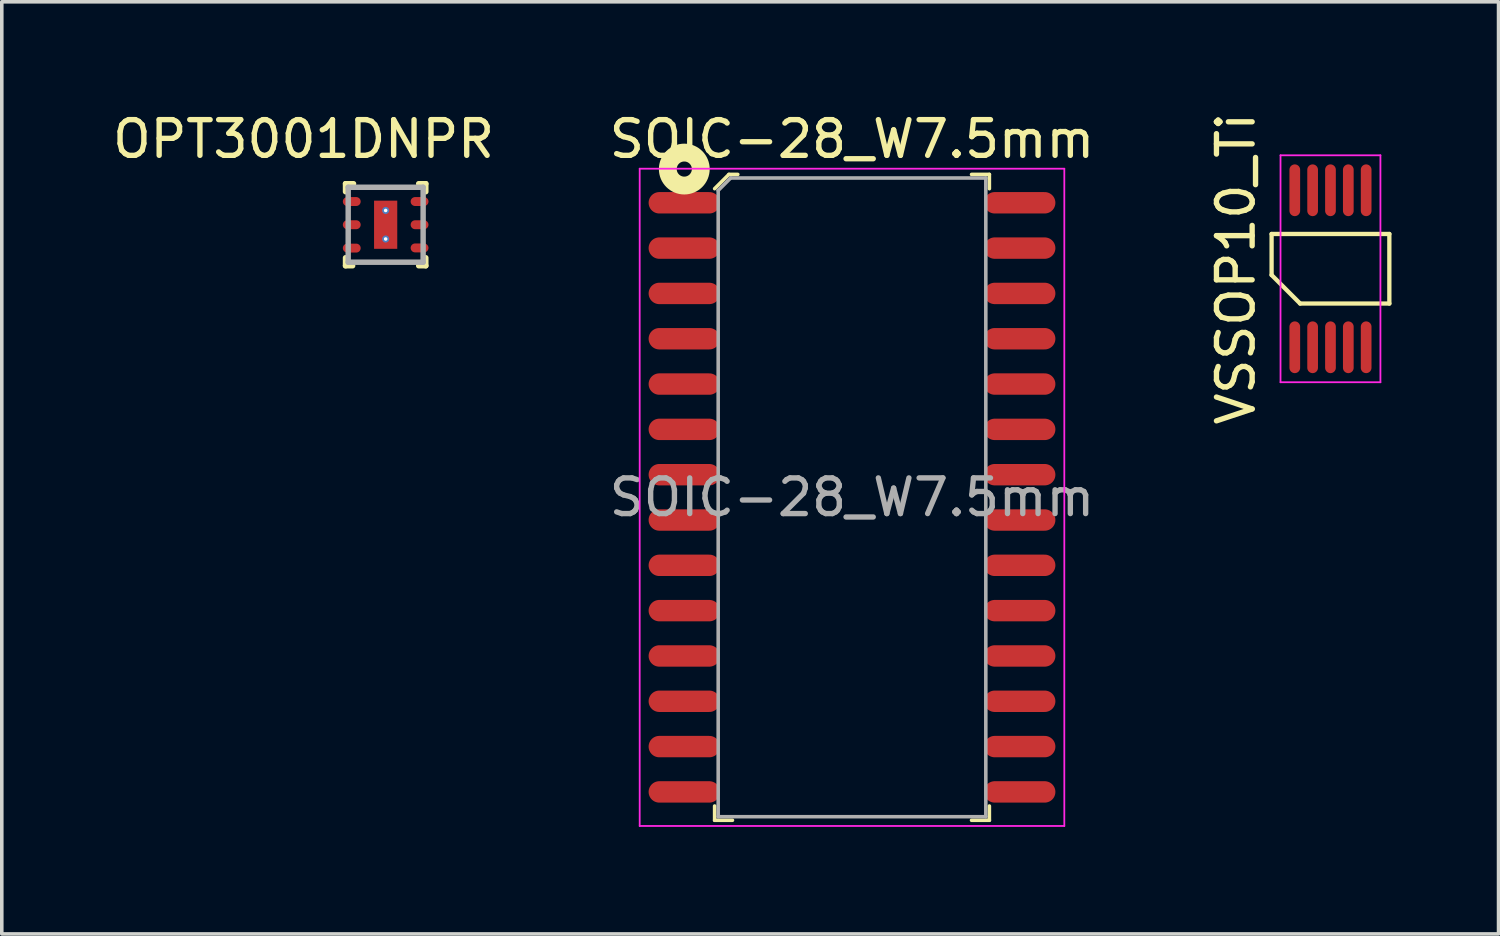
<source format=kicad_pcb>
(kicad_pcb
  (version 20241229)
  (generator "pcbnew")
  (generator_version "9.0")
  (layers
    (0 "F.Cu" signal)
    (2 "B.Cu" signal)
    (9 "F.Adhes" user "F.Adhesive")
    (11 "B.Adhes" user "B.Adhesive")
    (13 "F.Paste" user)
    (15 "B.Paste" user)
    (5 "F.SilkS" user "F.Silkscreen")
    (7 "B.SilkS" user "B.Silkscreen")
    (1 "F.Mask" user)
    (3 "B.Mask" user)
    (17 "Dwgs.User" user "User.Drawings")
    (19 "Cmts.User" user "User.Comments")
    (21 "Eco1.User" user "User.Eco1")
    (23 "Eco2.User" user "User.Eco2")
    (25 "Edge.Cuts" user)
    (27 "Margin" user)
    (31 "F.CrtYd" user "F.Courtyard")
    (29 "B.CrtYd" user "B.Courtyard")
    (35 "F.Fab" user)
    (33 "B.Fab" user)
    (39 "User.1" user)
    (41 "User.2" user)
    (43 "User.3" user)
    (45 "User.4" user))
  (footprint "SOIC-28_W7.5mm"
    (layer "F.Cu")
    (at 20.827 10.888)
    (property "Reference" "SOIC-28_W7.5mm" (at 0 -10.04 0) (layer "F.SilkS") (effects (font (size 1 1) (thickness 0.15))))
    (attr smd)
    (fp_line (start -3.85 -8.65) (end -3.45 -9.05) (stroke (width 0.1) (type solid)) (layer "F.SilkS"))
    (fp_line (start -3.85 9.05) (end -3.85 8.65) (stroke (width 0.1) (type solid)) (layer "F.SilkS"))
    (fp_line (start -3.85 9.05) (end -3.35 9.05) (stroke (width 0.1) (type solid)) (layer "F.SilkS"))
    (fp_line (start -3.45 -9.05) (end -3.2 -9.05) (stroke (width 0.1) (type solid)) (layer "F.SilkS"))
    (fp_line (start 3.85 -9.05) (end 3.35 -9.05) (stroke (width 0.1) (type solid)) (layer "F.SilkS"))
    (fp_line (start 3.85 -9.05) (end 3.85 -8.65) (stroke (width 0.1) (type solid)) (layer "F.SilkS"))
    (fp_line (start 3.85 9.05) (end 3.35 9.05) (stroke (width 0.1) (type solid)) (layer "F.SilkS"))
    (fp_line (start 3.85 9.05) (end 3.85 8.65) (stroke (width 0.1) (type solid)) (layer "F.SilkS"))
    (fp_circle (center -4.7 -9.2) (end -4.488 -9.2) (stroke (width 0.5) (type solid)) (fill no) (layer "F.SilkS"))
    (fp_line (start -5.95 9.21) (end -5.95 -9.21) (stroke (width 0.05) (type solid)) (layer "F.CrtYd"))
    (fp_line (start 5.95 -9.21) (end -5.95 -9.21) (stroke (width 0.05) (type solid)) (layer "F.CrtYd"))
    (fp_line (start 5.95 9.21) (end -5.95 9.21) (stroke (width 0.05) (type solid)) (layer "F.CrtYd"))
    (fp_line (start 5.95 9.21) (end 5.95 -9.21) (stroke (width 0.05) (type solid)) (layer "F.CrtYd"))
    (fp_line (start -3.75 -8.6) (end -3.75 8.95) (stroke (width 0.1) (type solid)) (layer "F.Fab"))
    (fp_line (start -3.75 -8.6) (end -3.4 -8.95) (stroke (width 0.1) (type solid)) (layer "F.Fab"))
    (fp_line (start -3.4 -8.95) (end 3.75 -8.95) (stroke (width 0.1) (type solid)) (layer "F.Fab"))
    (fp_line (start 3.75 -8.95) (end 3.75 8.95) (stroke (width 0.1) (type solid)) (layer "F.Fab"))
    (fp_line (start 3.75 8.95) (end -3.75 8.95) (stroke (width 0.1) (type solid)) (layer "F.Fab"))
    (fp_text user "${REFERENCE}" (at 0 0 0) (layer "F.Fab") (effects (font (size 1 1) (thickness 0.15))))
    (pad "1" smd oval (at -4.7 -8.255) (size 2 0.6) (layers "F.Cu" "F.Mask" "F.Paste"))
    (pad "2" smd oval (at -4.7 -6.985) (size 2 0.6) (layers "F.Cu" "F.Mask" "F.Paste"))
    (pad "3" smd oval (at -4.7 -5.715) (size 2 0.6) (layers "F.Cu" "F.Mask" "F.Paste"))
    (pad "4" smd oval (at -4.7 -4.445) (size 2 0.6) (layers "F.Cu" "F.Mask" "F.Paste"))
    (pad "5" smd oval (at -4.7 -3.175) (size 2 0.6) (layers "F.Cu" "F.Mask" "F.Paste"))
    (pad "6" smd oval (at -4.7 -1.905) (size 2 0.6) (layers "F.Cu" "F.Mask" "F.Paste"))
    (pad "7" smd oval (at -4.7 -0.635) (size 2 0.6) (layers "F.Cu" "F.Mask" "F.Paste"))
    (pad "8" smd oval (at -4.7 0.635) (size 2 0.6) (layers "F.Cu" "F.Mask" "F.Paste"))
    (pad "9" smd oval (at -4.7 1.905) (size 2 0.6) (layers "F.Cu" "F.Mask" "F.Paste"))
    (pad "10" smd oval (at -4.7 3.175) (size 2 0.6) (layers "F.Cu" "F.Mask" "F.Paste"))
    (pad "11" smd oval (at -4.7 4.445) (size 2 0.6) (layers "F.Cu" "F.Mask" "F.Paste"))
    (pad "12" smd oval (at -4.7 5.715) (size 2 0.6) (layers "F.Cu" "F.Mask" "F.Paste"))
    (pad "13" smd oval (at -4.7 6.985) (size 2 0.6) (layers "F.Cu" "F.Mask" "F.Paste"))
    (pad "14" smd oval (at -4.7 8.255) (size 2 0.6) (layers "F.Cu" "F.Mask" "F.Paste"))
    (pad "15" smd oval (at 4.7 8.255) (size 2 0.6) (layers "F.Cu" "F.Mask" "F.Paste"))
    (pad "16" smd oval (at 4.7 6.985) (size 2 0.6) (layers "F.Cu" "F.Mask" "F.Paste"))
    (pad "17" smd oval (at 4.7 5.715) (size 2 0.6) (layers "F.Cu" "F.Mask" "F.Paste"))
    (pad "18" smd oval (at 4.7 4.445) (size 2 0.6) (layers "F.Cu" "F.Mask" "F.Paste"))
    (pad "19" smd oval (at 4.7 3.175) (size 2 0.6) (layers "F.Cu" "F.Mask" "F.Paste"))
    (pad "20" smd oval (at 4.7 1.905) (size 2 0.6) (layers "F.Cu" "F.Mask" "F.Paste"))
    (pad "21" smd oval (at 4.7 0.635) (size 2 0.6) (layers "F.Cu" "F.Mask" "F.Paste"))
    (pad "22" smd oval (at 4.7 -0.635) (size 2 0.6) (layers "F.Cu" "F.Mask" "F.Paste"))
    (pad "23" smd oval (at 4.7 -1.905) (size 2 0.6) (layers "F.Cu" "F.Mask" "F.Paste"))
    (pad "24" smd oval (at 4.7 -3.175) (size 2 0.6) (layers "F.Cu" "F.Mask" "F.Paste"))
    (pad "25" smd oval (at 4.7 -4.445) (size 2 0.6) (layers "F.Cu" "F.Mask" "F.Paste"))
    (pad "26" smd oval (at 4.7 -5.715) (size 2 0.6) (layers "F.Cu" "F.Mask" "F.Paste"))
    (pad "27" smd oval (at 4.7 -6.985) (size 2 0.6) (layers "F.Cu" "F.Mask" "F.Paste"))
    (pad "28" smd oval (at 4.7 -8.255) (size 2 0.6) (layers "F.Cu" "F.Mask" "F.Paste")))
  (footprint "OPT3001DNPR"
    (layer "F.Cu")
    (at 7.758 3.248)
    (property "Reference" "OPT3001DNPR" (at -2.3 -2.4 0) (layer "F.SilkS") (effects (font (size 1 1) (thickness 0.15))))
    (attr through_hole)
    (fp_line (start -1.125 -1.15) (end -1.125 -0.925) (stroke (width 0.152) (type solid)) (layer "F.SilkS"))
    (fp_line (start -1.125 -1.15) (end -0.9 -1.15) (stroke (width 0.152) (type solid)) (layer "F.SilkS"))
    (fp_line (start -1.125 1.15) (end -1.125 0.925) (stroke (width 0.152) (type solid)) (layer "F.SilkS"))
    (fp_line (start -1.125 1.15) (end -0.925 1.15) (stroke (width 0.152) (type solid)) (layer "F.SilkS"))
    (fp_line (start 0.925 -1.15) (end 1.125 -1.15) (stroke (width 0.152) (type solid)) (layer "F.SilkS"))
    (fp_line (start 0.925 1.15) (end 1.125 1.15) (stroke (width 0.152) (type solid)) (layer "F.SilkS"))
    (fp_line (start 1.125 -1.15) (end 1.125 -0.925) (stroke (width 0.152) (type solid)) (layer "F.SilkS"))
    (fp_line (start 1.125 1.15) (end 1.125 0.925) (stroke (width 0.152) (type solid)) (layer "F.SilkS"))
    (fp_line (start -1.05 -1.05) (end 1.05 -1.05) (stroke (width 0.152) (type solid)) (layer "F.Fab"))
    (fp_line (start -1.05 1.05) (end -1.05 -1.05) (stroke (width 0.152) (type solid)) (layer "F.Fab"))
    (fp_line (start -1.05 1.05) (end 1.05 1.05) (stroke (width 0.152) (type solid)) (layer "F.Fab"))
    (fp_line (start 1.05 1.05) (end 1.05 -1.05) (stroke (width 0.152) (type solid)) (layer "F.Fab"))
    (pad "1" smd oval (at -0.95 -0.65 90) (size 0.25 0.5) (layers "F.Cu" "F.Mask" "F.Paste"))
    (pad "2" smd oval (at -0.95 0 90) (size 0.25 0.5) (layers "F.Cu" "F.Mask" "F.Paste"))
    (pad "3" smd oval (at -0.95 0.655 90) (size 0.25 0.5) (layers "F.Cu" "F.Mask" "F.Paste"))
    (pad "4" smd oval (at 0.95 0.65 90) (size 0.25 0.5) (layers "F.Cu" "F.Mask" "F.Paste"))
    (pad "5" smd oval (at 0.95 0 90) (size 0.25 0.5) (layers "F.Cu" "F.Mask" "F.Paste"))
    (pad "6" smd oval (at 0.95 -0.65 90) (size 0.25 0.5) (layers "F.Cu" "F.Mask" "F.Paste"))
    (pad "7" thru_hole circle (at 0 -0.4 90) (size 0.2 0.2) (drill 0.1) (layers "*.Cu" "*.Mask"))
    (pad "7" smd rect (at 0 0) (size 0.65 1.35) (layers "F.Cu" "F.Mask" "F.Paste"))
    (pad "7" thru_hole circle (at 0 0.4 90) (size 0.2 0.2) (drill 0.1) (layers "*.Cu" "*.Mask")))
  (footprint "VSSOP10_Ti"
    (layer "F.Cu")
    (at 34.236 4.482)
    (property "Reference" "VSSOP10_Ti" (at -2.65 0 90) (layer "F.SilkS") (effects (font (size 1 1) (thickness 0.15))))
    (attr smd)
    (fp_line (start -1.65 -0.975) (end 1.65 -0.975) (stroke (width 0.12) (type solid)) (layer "F.SilkS"))
    (fp_line (start -1.65 0.175) (end -1.65 -0.975) (stroke (width 0.12) (type solid)) (layer "F.SilkS"))
    (fp_line (start -0.85 0.975) (end -1.65 0.175) (stroke (width 0.12) (type solid)) (layer "F.SilkS"))
    (fp_line (start 1.65 -0.975) (end 1.65 0.975) (stroke (width 0.12) (type solid)) (layer "F.SilkS"))
    (fp_line (start 1.65 0.975) (end -0.85 0.975) (stroke (width 0.12) (type solid)) (layer "F.SilkS"))
    (fp_line (start -1.4 -3.18) (end 1.4 -3.18) (stroke (width 0.05) (type solid)) (layer "F.CrtYd"))
    (fp_line (start -1.4 3.18) (end -1.4 -3.18) (stroke (width 0.05) (type solid)) (layer "F.CrtYd"))
    (fp_line (start 1.4 -3.18) (end 1.4 3.18) (stroke (width 0.05) (type solid)) (layer "F.CrtYd"))
    (fp_line (start 1.4 3.18) (end -1.4 3.18) (stroke (width 0.05) (type solid)) (layer "F.CrtYd"))
    (pad "1" smd oval (at -1 2.2) (size 0.3 1.45) (layers "F.Cu" "F.Mask" "F.Paste"))
    (pad "2" smd oval (at -0.5 2.2) (size 0.3 1.45) (layers "F.Cu" "F.Mask" "F.Paste"))
    (pad "3" smd oval (at 0 2.2) (size 0.3 1.45) (layers "F.Cu" "F.Mask" "F.Paste"))
    (pad "4" smd oval (at 0.5 2.2) (size 0.3 1.45) (layers "F.Cu" "F.Mask" "F.Paste"))
    (pad "5" smd oval (at 1 2.2) (size 0.3 1.45) (layers "F.Cu" "F.Mask" "F.Paste"))
    (pad "6" smd oval (at 1 -2.2) (size 0.3 1.45) (layers "F.Cu" "F.Mask" "F.Paste"))
    (pad "7" smd oval (at 0.5 -2.2) (size 0.3 1.45) (layers "F.Cu" "F.Mask" "F.Paste"))
    (pad "8" smd oval (at 0 -2.2) (size 0.3 1.45) (layers "F.Cu" "F.Mask" "F.Paste"))
    (pad "9" smd oval (at -0.5 -2.2) (size 0.3 1.45) (layers "F.Cu" "F.Mask" "F.Paste"))
    (pad "10" smd oval (at -1 -2.2) (size 0.3 1.45) (layers "F.Cu" "F.Mask" "F.Paste")))
  (gr_rect
    (start -3 -3)
    (end 38.946 23.123)
    (stroke (width 0.1) (type default))
    (fill no)
    (layer "Edge.Cuts")))
</source>
